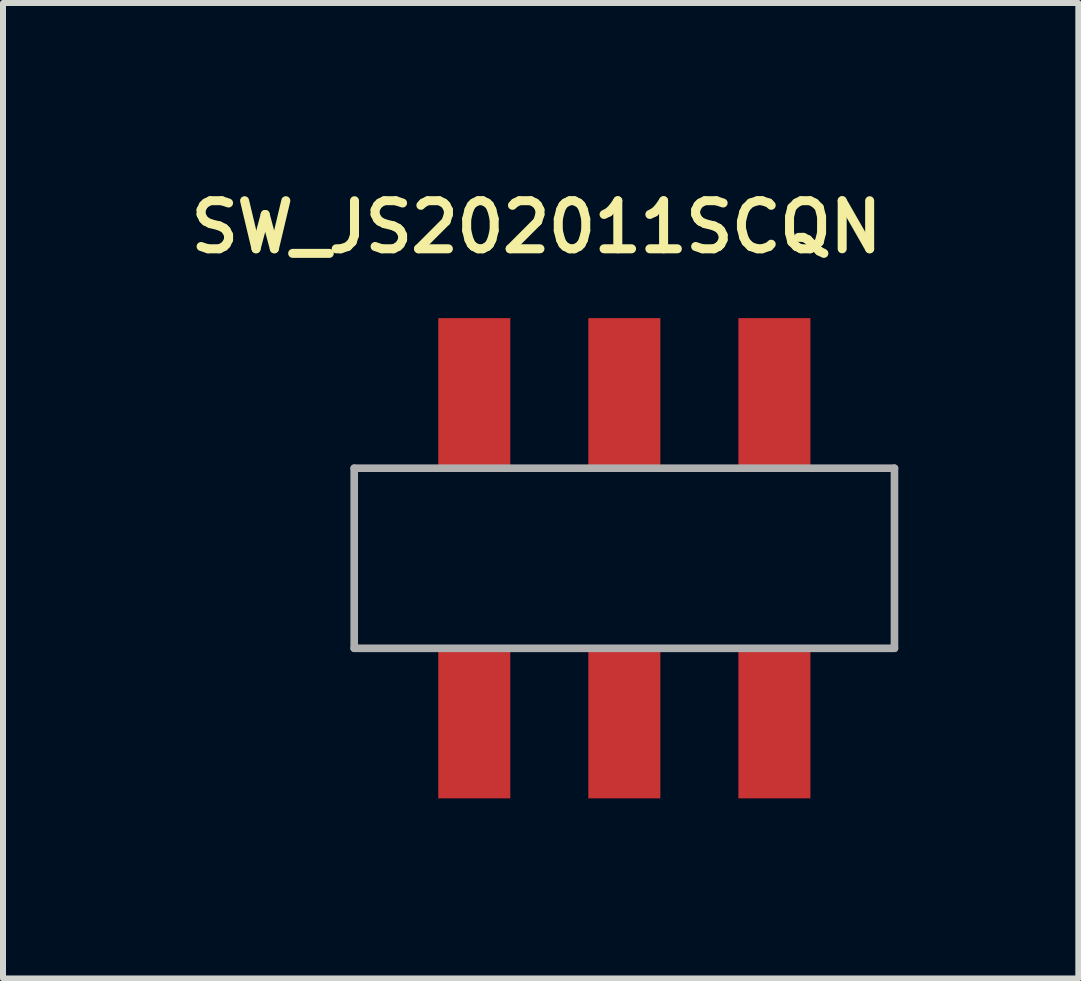
<source format=kicad_pcb>
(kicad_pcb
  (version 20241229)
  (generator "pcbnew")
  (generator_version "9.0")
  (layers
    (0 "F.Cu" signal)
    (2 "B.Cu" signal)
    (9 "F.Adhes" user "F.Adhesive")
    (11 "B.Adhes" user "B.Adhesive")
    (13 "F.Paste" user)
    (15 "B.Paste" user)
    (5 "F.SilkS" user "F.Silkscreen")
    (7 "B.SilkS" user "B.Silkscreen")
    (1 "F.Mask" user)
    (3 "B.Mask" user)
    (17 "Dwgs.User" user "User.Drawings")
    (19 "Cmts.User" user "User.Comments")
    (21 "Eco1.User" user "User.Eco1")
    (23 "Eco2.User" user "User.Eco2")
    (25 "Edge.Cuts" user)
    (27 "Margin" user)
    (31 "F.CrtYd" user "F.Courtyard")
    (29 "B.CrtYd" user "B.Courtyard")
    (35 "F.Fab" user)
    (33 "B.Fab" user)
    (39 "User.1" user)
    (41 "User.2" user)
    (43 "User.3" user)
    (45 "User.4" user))
  (footprint "SW_JS202011SCQN"
    (layer "F.Cu")
    (at 7.351 6.25)
    (property "Reference" "SW_JS202011SCQN" (at -1.463 -5.518 0) (layer "F.SilkS") (effects (font (size 0.801 0.801) (thickness 0.15))))
    (attr through_hole)
    (fp_line (start -4.5 -1.5) (end -4.5 1.5) (stroke (width 0.127) (type solid)) (layer "F.Fab"))
    (fp_line (start -4.5 1.5) (end 4.5 1.5) (stroke (width 0.127) (type solid)) (layer "F.Fab"))
    (fp_line (start 4.5 -1.5) (end -4.5 -1.5) (stroke (width 0.127) (type solid)) (layer "F.Fab"))
    (fp_line (start 4.5 1.5) (end 4.5 -1.5) (stroke (width 0.127) (type solid)) (layer "F.Fab"))
    (pad "1" smd rect (at -2.5 2.75) (size 1.2 2.5) (layers "F.Cu" "F.Mask" "F.Paste"))
    (pad "2" smd rect (at 0 2.75) (size 1.2 2.5) (layers "F.Cu" "F.Mask" "F.Paste"))
    (pad "3" smd rect (at 2.5 2.75) (size 1.2 2.5) (layers "F.Cu" "F.Mask" "F.Paste"))
    (pad "4" smd rect (at -2.5 -2.75) (size 1.2 2.5) (layers "F.Cu" "F.Mask" "F.Paste"))
    (pad "5" smd rect (at 0 -2.75) (size 1.2 2.5) (layers "F.Cu" "F.Mask" "F.Paste"))
    (pad "6" smd rect (at 2.5 -2.75) (size 1.2 2.5) (layers "F.Cu" "F.Mask" "F.Paste")))
  (gr_rect
    (start -3 -3)
    (end 14.914 13.25)
    (stroke (width 0.1) (type default))
    (fill no)
    (layer "Edge.Cuts")))
</source>
